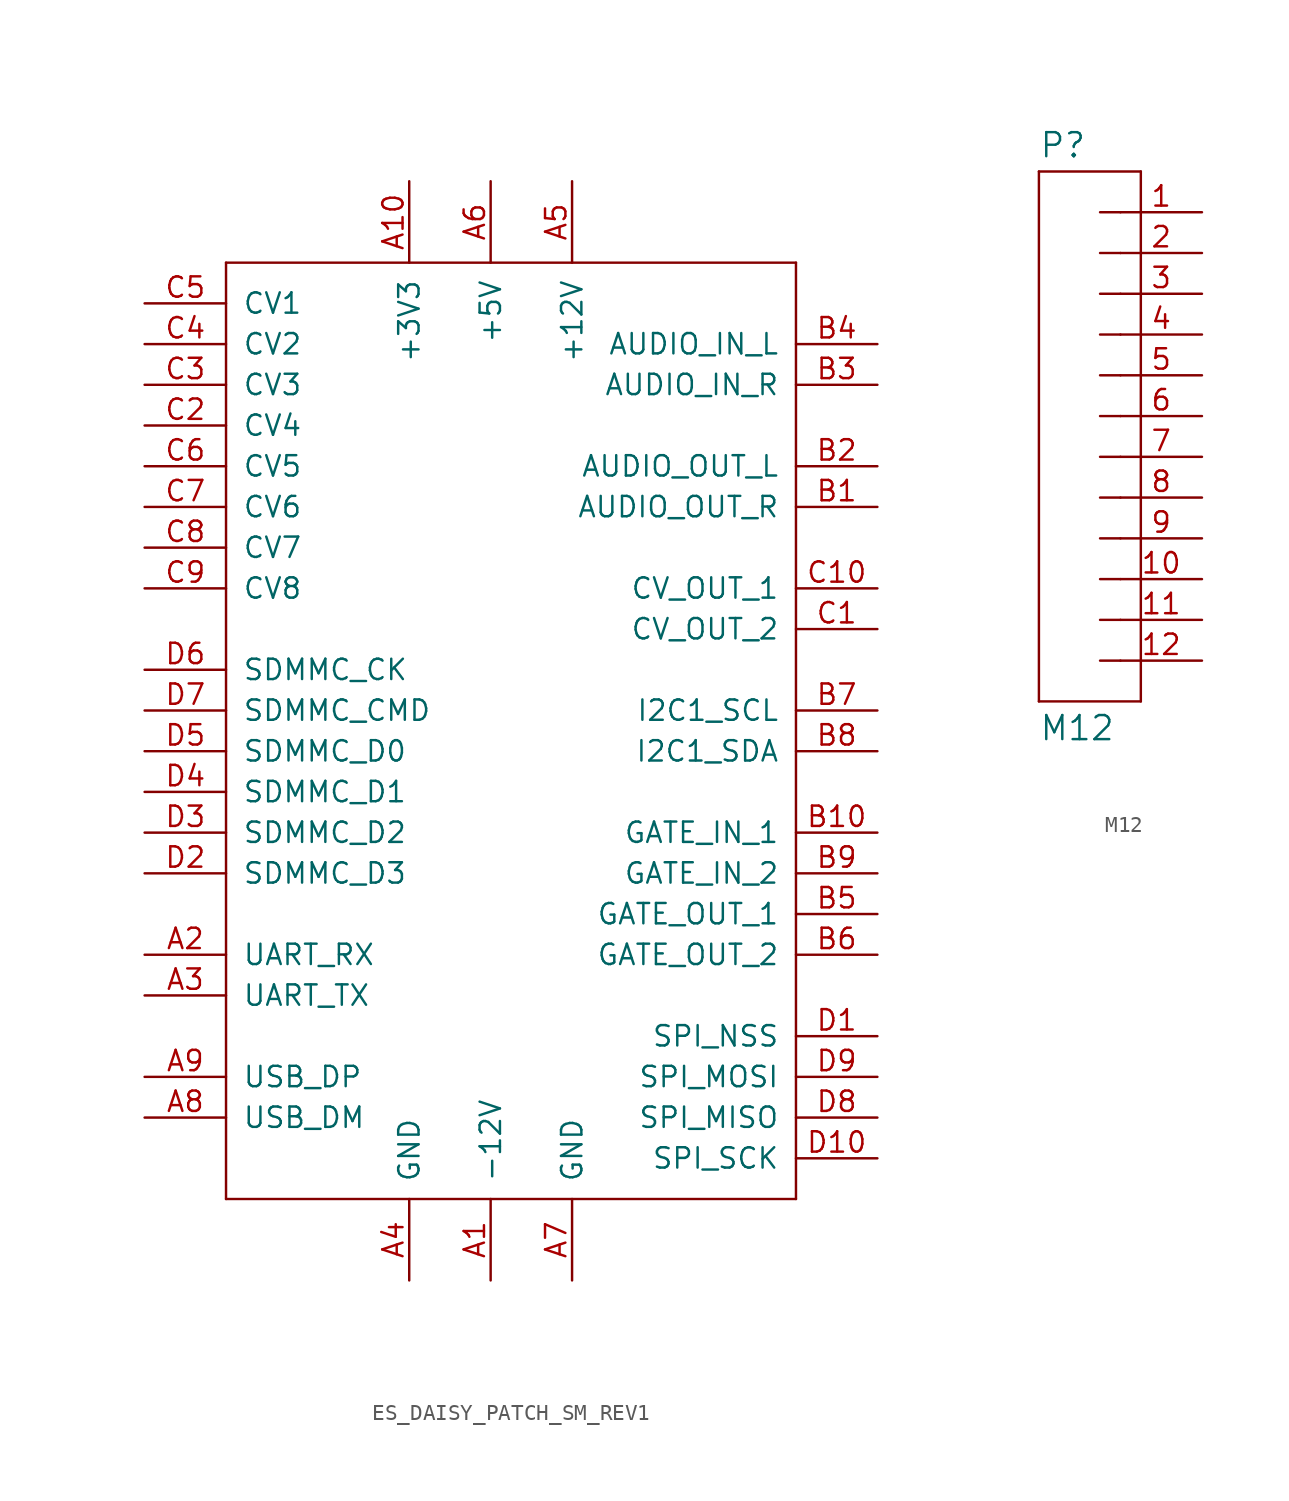
<source format=kicad_sym>
(kicad_symbol_lib
  (version 20211014)
  (generator kicad_symbol_editor)
  (symbol "ES_DAISY_PATCH_SM_REV1"
    (pin_names
      (offset 1.016))
    (property "Reference" ""
      (at 0 0 0)
      (effects (font (size 1.27 1.27)) hide))
    (property "ki_locked" ""
      (at 0 0 0)
      (effects (font (size 1.27 1.27))))
    (symbol "ES_DAISY_PATCH_SM_REV1_1_0"
      (polyline (pts (xy -17.78 -30.48) (xy 17.78 -30.48)) (stroke (width 0) (type default) (color 0 0 0 0)) (fill (type none)))
      (polyline (pts (xy -17.78 27.94) (xy -17.78 -30.48)) (stroke (width 0) (type default) (color 0 0 0 0)) (fill (type none)))
      (polyline (pts (xy 17.78 -30.48) (xy 17.78 27.94)) (stroke (width 0) (type default) (color 0 0 0 0)) (fill (type none)))
      (polyline (pts (xy 17.78 27.94) (xy -17.78 27.94)) (stroke (width 0) (type default) (color 0 0 0 0)) (fill (type none)))
      (pin power_in line (at -1.27 -35.56 90) (length 5.08) (name "-12V" (effects (font (size 1.27 1.27)))) (number "A1" (effects (font (size 1.27 1.27)))))
      (pin power_out line (at -6.35 33.02 270) (length 5.08) (name "+3V3" (effects (font (size 1.27 1.27)))) (number "A10" (effects (font (size 1.27 1.27)))))
      (pin bidirectional line (at -22.86 -15.24 0) (length 5.08) (name "UART_RX" (effects (font (size 1.27 1.27)))) (number "A2" (effects (font (size 1.27 1.27)))))
      (pin bidirectional line (at -22.86 -17.78 0) (length 5.08) (name "UART_TX" (effects (font (size 1.27 1.27)))) (number "A3" (effects (font (size 1.27 1.27)))))
      (pin power_in line (at -6.35 -35.56 90) (length 5.08) (name "GND" (effects (font (size 1.27 1.27)))) (number "A4" (effects (font (size 1.27 1.27)))))
      (pin power_in line (at 3.81 33.02 270) (length 5.08) (name "+12V" (effects (font (size 1.27 1.27)))) (number "A5" (effects (font (size 1.27 1.27)))))
      (pin power_out line (at -1.27 33.02 270) (length 5.08) (name "+5V" (effects (font (size 1.27 1.27)))) (number "A6" (effects (font (size 1.27 1.27)))))
      (pin power_in line (at 3.81 -35.56 90) (length 5.08) (name "GND" (effects (font (size 1.27 1.27)))) (number "A7" (effects (font (size 1.27 1.27)))))
      (pin bidirectional line (at -22.86 -25.4 0) (length 5.08) (name "USB_DM" (effects (font (size 1.27 1.27)))) (number "A8" (effects (font (size 1.27 1.27)))))
      (pin bidirectional line (at -22.86 -22.86 0) (length 5.08) (name "USB_DP" (effects (font (size 1.27 1.27)))) (number "A9" (effects (font (size 1.27 1.27)))))
      (pin output line (at 22.86 12.7 180) (length 5.08) (name "AUDIO_OUT_R" (effects (font (size 1.27 1.27)))) (number "B1" (effects (font (size 1.27 1.27)))))
      (pin input line (at 22.86 -7.62 180) (length 5.08) (name "GATE_IN_1" (effects (font (size 1.27 1.27)))) (number "B10" (effects (font (size 1.27 1.27)))))
      (pin output line (at 22.86 15.24 180) (length 5.08) (name "AUDIO_OUT_L" (effects (font (size 1.27 1.27)))) (number "B2" (effects (font (size 1.27 1.27)))))
      (pin input line (at 22.86 20.32 180) (length 5.08) (name "AUDIO_IN_R" (effects (font (size 1.27 1.27)))) (number "B3" (effects (font (size 1.27 1.27)))))
      (pin input line (at 22.86 22.86 180) (length 5.08) (name "AUDIO_IN_L" (effects (font (size 1.27 1.27)))) (number "B4" (effects (font (size 1.27 1.27)))))
      (pin output line (at 22.86 -12.7 180) (length 5.08) (name "GATE_OUT_1" (effects (font (size 1.27 1.27)))) (number "B5" (effects (font (size 1.27 1.27)))))
      (pin output line (at 22.86 -15.24 180) (length 5.08) (name "GATE_OUT_2" (effects (font (size 1.27 1.27)))) (number "B6" (effects (font (size 1.27 1.27)))))
      (pin bidirectional line (at 22.86 0 180) (length 5.08) (name "I2C1_SCL" (effects (font (size 1.27 1.27)))) (number "B7" (effects (font (size 1.27 1.27)))))
      (pin bidirectional line (at 22.86 -2.54 180) (length 5.08) (name "I2C1_SDA" (effects (font (size 1.27 1.27)))) (number "B8" (effects (font (size 1.27 1.27)))))
      (pin input line (at 22.86 -10.16 180) (length 5.08) (name "GATE_IN_2" (effects (font (size 1.27 1.27)))) (number "B9" (effects (font (size 1.27 1.27)))))
      (pin output line (at 22.86 5.08 180) (length 5.08) (name "CV_OUT_2" (effects (font (size 1.27 1.27)))) (number "C1" (effects (font (size 1.27 1.27)))))
      (pin output line (at 22.86 7.62 180) (length 5.08) (name "CV_OUT_1" (effects (font (size 1.27 1.27)))) (number "C10" (effects (font (size 1.27 1.27)))))
      (pin input line (at -22.86 17.78 0) (length 5.08) (name "CV4" (effects (font (size 1.27 1.27)))) (number "C2" (effects (font (size 1.27 1.27)))))
      (pin input line (at -22.86 20.32 0) (length 5.08) (name "CV3" (effects (font (size 1.27 1.27)))) (number "C3" (effects (font (size 1.27 1.27)))))
      (pin input line (at -22.86 22.86 0) (length 5.08) (name "CV2" (effects (font (size 1.27 1.27)))) (number "C4" (effects (font (size 1.27 1.27)))))
      (pin input line (at -22.86 25.4 0) (length 5.08) (name "CV1" (effects (font (size 1.27 1.27)))) (number "C5" (effects (font (size 1.27 1.27)))))
      (pin input line (at -22.86 15.24 0) (length 5.08) (name "CV5" (effects (font (size 1.27 1.27)))) (number "C6" (effects (font (size 1.27 1.27)))))
      (pin input line (at -22.86 12.7 0) (length 5.08) (name "CV6" (effects (font (size 1.27 1.27)))) (number "C7" (effects (font (size 1.27 1.27)))))
      (pin input line (at -22.86 10.16 0) (length 5.08) (name "CV7" (effects (font (size 1.27 1.27)))) (number "C8" (effects (font (size 1.27 1.27)))))
      (pin input line (at -22.86 7.62 0) (length 5.08) (name "CV8" (effects (font (size 1.27 1.27)))) (number "C9" (effects (font (size 1.27 1.27)))))
      (pin bidirectional line (at 22.86 -20.32 180) (length 5.08) (name "SPI_NSS" (effects (font (size 1.27 1.27)))) (number "D1" (effects (font (size 1.27 1.27)))))
      (pin bidirectional line (at 22.86 -27.94 180) (length 5.08) (name "SPI_SCK" (effects (font (size 1.27 1.27)))) (number "D10" (effects (font (size 1.27 1.27)))))
      (pin bidirectional line (at -22.86 -10.16 0) (length 5.08) (name "SDMMC_D3" (effects (font (size 1.27 1.27)))) (number "D2" (effects (font (size 1.27 1.27)))))
      (pin bidirectional line (at -22.86 -7.62 0) (length 5.08) (name "SDMMC_D2" (effects (font (size 1.27 1.27)))) (number "D3" (effects (font (size 1.27 1.27)))))
      (pin bidirectional line (at -22.86 -5.08 0) (length 5.08) (name "SDMMC_D1" (effects (font (size 1.27 1.27)))) (number "D4" (effects (font (size 1.27 1.27)))))
      (pin bidirectional line (at -22.86 -2.54 0) (length 5.08) (name "SDMMC_D0" (effects (font (size 1.27 1.27)))) (number "D5" (effects (font (size 1.27 1.27)))))
      (pin bidirectional line (at -22.86 2.54 0) (length 5.08) (name "SDMMC_CK" (effects (font (size 1.27 1.27)))) (number "D6" (effects (font (size 1.27 1.27)))))
      (pin bidirectional line (at -22.86 0 0) (length 5.08) (name "SDMMC_CMD" (effects (font (size 1.27 1.27)))) (number "D7" (effects (font (size 1.27 1.27)))))
      (pin bidirectional line (at 22.86 -25.4 180) (length 5.08) (name "SPI_MISO" (effects (font (size 1.27 1.27)))) (number "D8" (effects (font (size 1.27 1.27)))))
      (pin bidirectional line (at 22.86 -22.86 180) (length 5.08) (name "SPI_MOSI" (effects (font (size 1.27 1.27)))) (number "D9" (effects (font (size 1.27 1.27)))))))
  (symbol "M12"
    (pin_names
      (offset 1.016))
    (property "Reference" "P"
      (at 0 0.762 0)
      (effects (font (size 1.499 1.499)) (justify left bottom)))
    (property "Value" "M12"
      (at 0 -35.56 0)
      (effects (font (size 1.499 1.499)) (justify left bottom)))
    (property "ki_locked" ""
      (at 0 0 0)
      (effects (font (size 1.27 1.27))))
    (symbol "M12_1_0"
      (polyline (pts (xy 0 -33.02) (xy 6.35 -33.02)) (stroke (width 0) (type default) (color 0 0 0 0)) (fill (type none)))
      (polyline (pts (xy 0 0) (xy 0 -33.02)) (stroke (width 0) (type default) (color 0 0 0 0)) (fill (type none)))
      (polyline (pts (xy 0 0) (xy 6.35 0)) (stroke (width 0) (type default) (color 0 0 0 0)) (fill (type none)))
      (polyline (pts (xy 3.81 -30.48) (xy 5.08 -30.48)) (stroke (width 0) (type default) (color 0 0 0 0)) (fill (type none)))
      (polyline (pts (xy 3.81 -27.94) (xy 5.08 -27.94)) (stroke (width 0) (type default) (color 0 0 0 0)) (fill (type none)))
      (polyline (pts (xy 3.81 -25.4) (xy 5.08 -25.4)) (stroke (width 0) (type default) (color 0 0 0 0)) (fill (type none)))
      (polyline (pts (xy 3.81 -22.86) (xy 5.08 -22.86)) (stroke (width 0) (type default) (color 0 0 0 0)) (fill (type none)))
      (polyline (pts (xy 3.81 -20.32) (xy 5.08 -20.32)) (stroke (width 0) (type default) (color 0 0 0 0)) (fill (type none)))
      (polyline (pts (xy 3.81 -17.78) (xy 5.08 -17.78)) (stroke (width 0) (type default) (color 0 0 0 0)) (fill (type none)))
      (polyline (pts (xy 3.81 -15.24) (xy 5.08 -15.24)) (stroke (width 0) (type default) (color 0 0 0 0)) (fill (type none)))
      (polyline (pts (xy 3.81 -12.7) (xy 5.08 -12.7)) (stroke (width 0) (type default) (color 0 0 0 0)) (fill (type none)))
      (polyline (pts (xy 3.81 -10.16) (xy 5.08 -10.16)) (stroke (width 0) (type default) (color 0 0 0 0)) (fill (type none)))
      (polyline (pts (xy 3.81 -7.62) (xy 5.08 -7.62)) (stroke (width 0) (type default) (color 0 0 0 0)) (fill (type none)))
      (polyline (pts (xy 3.81 -5.08) (xy 5.08 -5.08)) (stroke (width 0) (type default) (color 0 0 0 0)) (fill (type none)))
      (polyline (pts (xy 3.81 -2.54) (xy 5.08 -2.54)) (stroke (width 0) (type default) (color 0 0 0 0)) (fill (type none)))
      (polyline (pts (xy 6.35 -33.02) (xy 6.35 0)) (stroke (width 0) (type default) (color 0 0 0 0)) (fill (type none)))
      (pin passive line (at 10.16 -2.54 180) (length 5.08) (name "1" (effects (font (size 0 0)))) (number "1" (effects (font (size 1.27 1.27)))))
      (pin passive line (at 10.16 -25.4 180) (length 5.08) (name "10" (effects (font (size 0 0)))) (number "10" (effects (font (size 1.27 1.27)))))
      (pin passive line (at 10.16 -27.94 180) (length 5.08) (name "11" (effects (font (size 0 0)))) (number "11" (effects (font (size 1.27 1.27)))))
      (pin passive line (at 10.16 -30.48 180) (length 5.08) (name "12" (effects (font (size 0 0)))) (number "12" (effects (font (size 1.27 1.27)))))
      (pin passive line (at 10.16 -5.08 180) (length 5.08) (name "2" (effects (font (size 0 0)))) (number "2" (effects (font (size 1.27 1.27)))))
      (pin passive line (at 10.16 -7.62 180) (length 5.08) (name "3" (effects (font (size 0 0)))) (number "3" (effects (font (size 1.27 1.27)))))
      (pin passive line (at 10.16 -10.16 180) (length 5.08) (name "4" (effects (font (size 0 0)))) (number "4" (effects (font (size 1.27 1.27)))))
      (pin passive line (at 10.16 -12.7 180) (length 5.08) (name "5" (effects (font (size 0 0)))) (number "5" (effects (font (size 1.27 1.27)))))
      (pin passive line (at 10.16 -15.24 180) (length 5.08) (name "6" (effects (font (size 0 0)))) (number "6" (effects (font (size 1.27 1.27)))))
      (pin passive line (at 10.16 -17.78 180) (length 5.08) (name "7" (effects (font (size 0 0)))) (number "7" (effects (font (size 1.27 1.27)))))
      (pin passive line (at 10.16 -20.32 180) (length 5.08) (name "8" (effects (font (size 0 0)))) (number "8" (effects (font (size 1.27 1.27)))))
      (pin passive line (at 10.16 -22.86 180) (length 5.08) (name "9" (effects (font (size 0 0)))) (number "9" (effects (font (size 1.27 1.27))))))))
</source>
